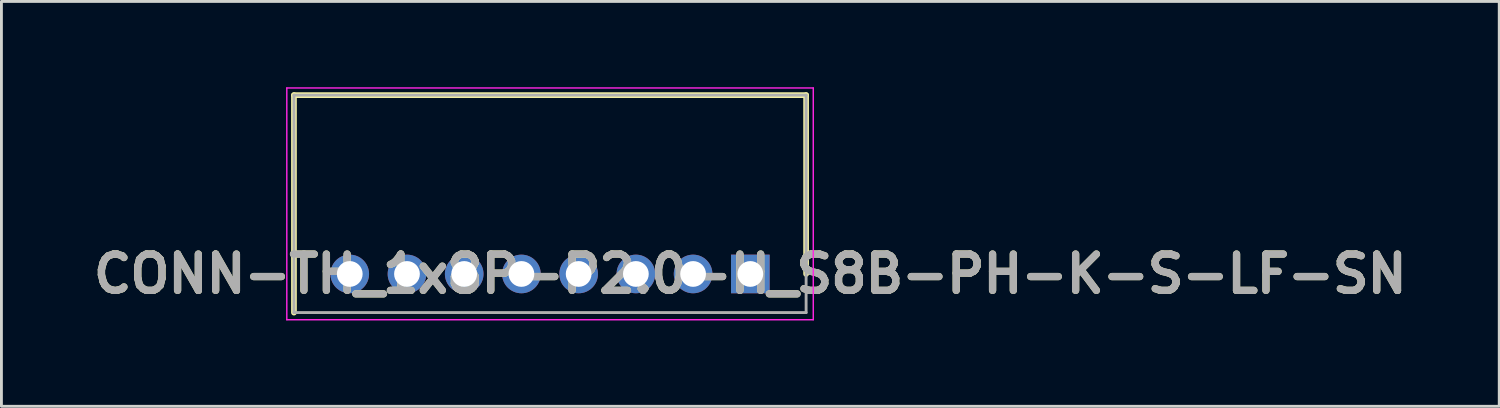
<source format=kicad_pcb>
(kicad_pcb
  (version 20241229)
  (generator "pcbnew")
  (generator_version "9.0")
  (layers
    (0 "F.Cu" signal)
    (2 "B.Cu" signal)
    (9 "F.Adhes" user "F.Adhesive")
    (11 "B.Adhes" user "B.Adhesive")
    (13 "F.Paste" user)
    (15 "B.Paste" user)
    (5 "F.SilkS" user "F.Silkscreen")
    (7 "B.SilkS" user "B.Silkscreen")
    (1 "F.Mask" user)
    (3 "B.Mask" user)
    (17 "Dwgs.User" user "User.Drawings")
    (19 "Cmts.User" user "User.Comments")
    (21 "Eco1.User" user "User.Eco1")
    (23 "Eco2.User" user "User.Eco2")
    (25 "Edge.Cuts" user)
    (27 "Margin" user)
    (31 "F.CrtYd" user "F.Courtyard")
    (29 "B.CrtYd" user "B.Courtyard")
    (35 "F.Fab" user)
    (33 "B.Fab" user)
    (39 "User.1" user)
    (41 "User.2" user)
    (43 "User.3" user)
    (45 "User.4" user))
  (footprint "CONN-TH_1x8P-P2.0-H_S8B-PH-K-S-LF-SN"
    (layer "F.Cu")
    (at 23.174 6.525)
    (property "Reference" "CONN-TH_1x8P-P2.0-H_S8B-PH-K-S-LF-SN" (at 0 0 0) (layer "F.SilkS") (effects (font (size 1.27 1.27) (thickness 0.254))))
    (attr through_hole)
    (fp_line (start -15.95 -6.25) (end -15.95 1.35) (stroke (width 0.2) (type solid)) (layer "F.SilkS"))
    (fp_line (start 1.95 -6.25) (end -15.95 -6.25) (stroke (width 0.2) (type solid)) (layer "F.SilkS"))
    (fp_line (start 1.95 0) (end 1.95 -6.25) (stroke (width 0.2) (type solid)) (layer "F.SilkS"))
    (fp_line (start -16.2 -6.5) (end 2.2 -6.5) (stroke (width 0.05) (type solid)) (layer "F.CrtYd"))
    (fp_line (start -16.2 1.6) (end -16.2 -6.5) (stroke (width 0.05) (type solid)) (layer "F.CrtYd"))
    (fp_line (start 2.2 -6.5) (end 2.2 1.6) (stroke (width 0.05) (type solid)) (layer "F.CrtYd"))
    (fp_line (start 2.2 1.6) (end -16.2 1.6) (stroke (width 0.05) (type solid)) (layer "F.CrtYd"))
    (fp_line (start -15.95 -6.25) (end 1.95 -6.25) (stroke (width 0.1) (type solid)) (layer "F.Fab"))
    (fp_line (start -15.95 1.35) (end -15.95 -6.25) (stroke (width 0.1) (type solid)) (layer "F.Fab"))
    (fp_line (start 1.95 -6.25) (end 1.95 1.35) (stroke (width 0.1) (type solid)) (layer "F.Fab"))
    (fp_line (start 1.95 1.35) (end -15.95 1.35) (stroke (width 0.1) (type solid)) (layer "F.Fab"))
    (fp_text user "${REFERENCE}" (at 0 0 0) (layer "F.Fab") (effects (font (size 1.27 1.27) (thickness 0.254))))
    (pad "1" thru_hole rect (at 0 0) (size 1.35 1.35) (drill 0.9) (layers "*.Cu" "*.Mask"))
    (pad "2" thru_hole circle (at -2 0) (size 1.35 1.35) (drill 0.9) (layers "*.Cu" "*.Mask"))
    (pad "3" thru_hole circle (at -4 0) (size 1.35 1.35) (drill 0.9) (layers "*.Cu" "*.Mask"))
    (pad "4" thru_hole circle (at -6 0) (size 1.35 1.35) (drill 0.9) (layers "*.Cu" "*.Mask"))
    (pad "5" thru_hole circle (at -8 0) (size 1.35 1.35) (drill 0.9) (layers "*.Cu" "*.Mask"))
    (pad "6" thru_hole circle (at -10 0) (size 1.35 1.35) (drill 0.9) (layers "*.Cu" "*.Mask"))
    (pad "7" thru_hole circle (at -12 0) (size 1.35 1.35) (drill 0.9) (layers "*.Cu" "*.Mask"))
    (pad "8" thru_hole circle (at -14 0) (size 1.35 1.35) (drill 0.9) (layers "*.Cu" "*.Mask")))
  (gr_rect
    (start -3 -3)
    (end 49.349 11.15)
    (stroke (width 0.1) (type default))
    (fill no)
    (layer "Edge.Cuts")))
</source>
